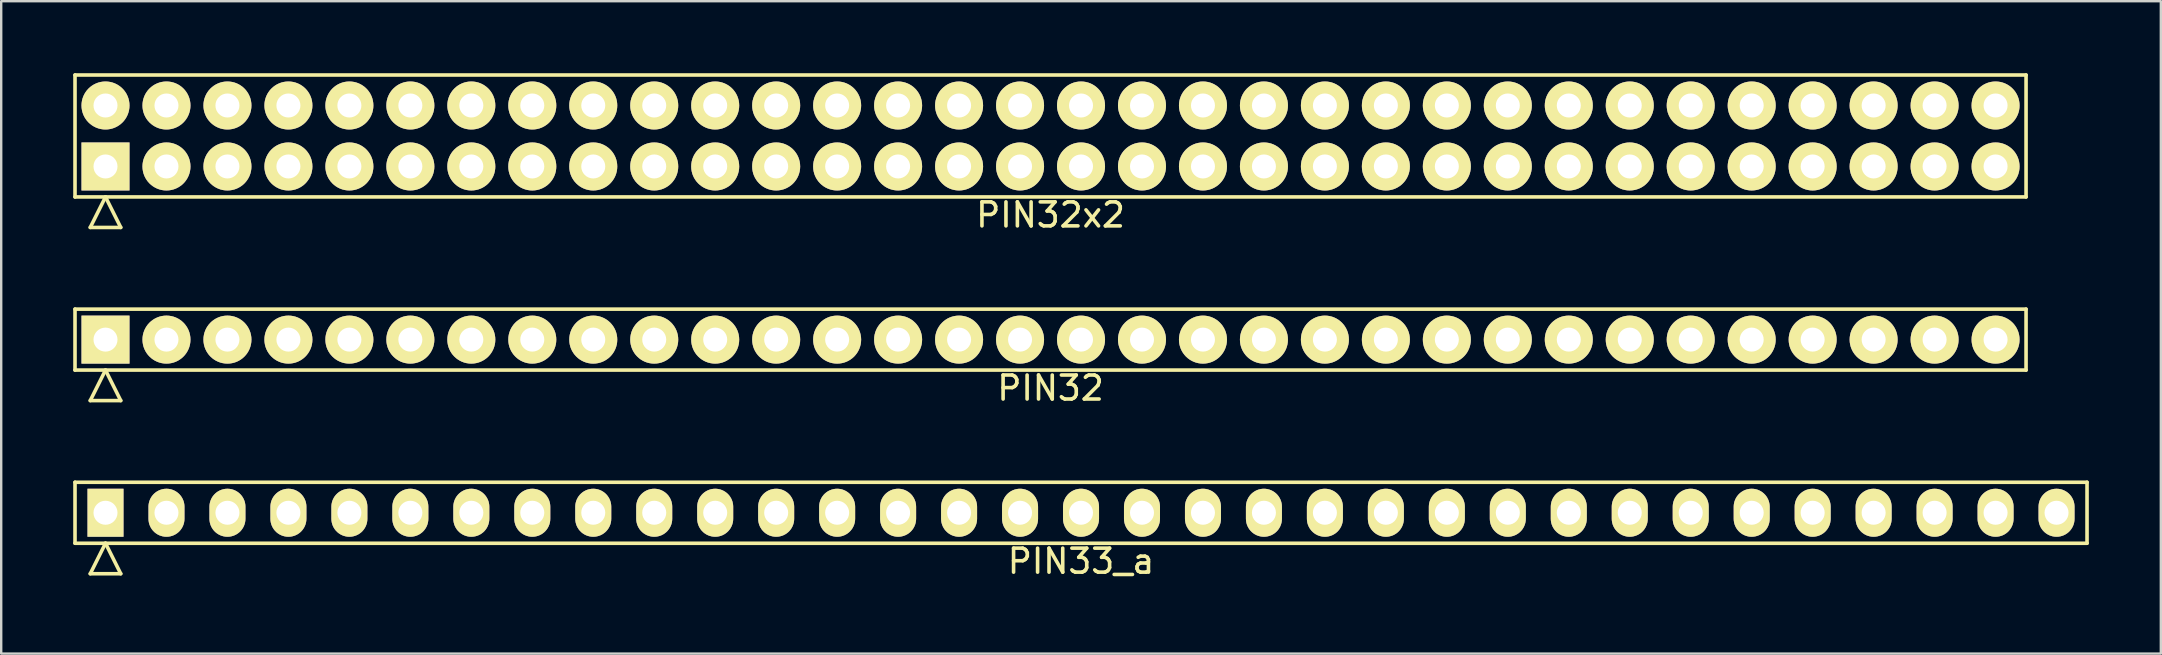
<source format=kicad_pcb>
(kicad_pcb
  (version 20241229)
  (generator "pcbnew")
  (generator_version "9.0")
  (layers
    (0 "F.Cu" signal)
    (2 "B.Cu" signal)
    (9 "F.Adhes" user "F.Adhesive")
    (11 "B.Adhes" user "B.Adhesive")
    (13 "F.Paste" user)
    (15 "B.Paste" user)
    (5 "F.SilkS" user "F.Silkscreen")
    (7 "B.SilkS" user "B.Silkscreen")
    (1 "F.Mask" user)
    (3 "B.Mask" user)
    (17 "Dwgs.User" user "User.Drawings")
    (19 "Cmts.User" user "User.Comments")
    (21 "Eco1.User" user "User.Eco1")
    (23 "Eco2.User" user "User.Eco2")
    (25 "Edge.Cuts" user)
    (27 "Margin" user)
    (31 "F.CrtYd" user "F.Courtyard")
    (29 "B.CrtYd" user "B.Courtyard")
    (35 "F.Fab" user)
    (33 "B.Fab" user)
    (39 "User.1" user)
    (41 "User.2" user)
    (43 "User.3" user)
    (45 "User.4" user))
  (footprint "PIN32"
    (layer "F.Cu")
    (at 40.715 11.098)
    (property "Reference" "PIN32" (at 0 2.02 0) (layer "F.SilkS") (effects (font (size 1 1) (thickness 0.15))))
    (attr through_hole)
    (fp_line (start -40.64 -1.27) (end -40.64 1.27) (stroke (width 0.15) (type solid)) (layer "F.SilkS"))
    (fp_line (start -40.64 1.27) (end 40.64 1.27) (stroke (width 0.15) (type solid)) (layer "F.SilkS"))
    (fp_line (start -40.005 2.54) (end -39.37 1.27) (stroke (width 0.15) (type solid)) (layer "F.SilkS"))
    (fp_line (start -40.005 2.54) (end -38.735 2.54) (stroke (width 0.15) (type solid)) (layer "F.SilkS"))
    (fp_line (start -38.735 2.54) (end -39.37 1.27) (stroke (width 0.15) (type solid)) (layer "F.SilkS"))
    (fp_line (start 40.64 -1.27) (end -40.64 -1.27) (stroke (width 0.15) (type solid)) (layer "F.SilkS"))
    (fp_line (start 40.64 1.27) (end 40.64 -1.27) (stroke (width 0.15) (type solid)) (layer "F.SilkS"))
    (pad "1" thru_hole rect (at -39.37 0) (size 2 2) (drill 1) (layers "*.Cu" "*.Mask" "F.SilkS"))
    (pad "2" thru_hole oval (at -36.83 0) (size 2 2) (drill 1) (layers "*.Cu" "*.Mask" "F.SilkS"))
    (pad "3" thru_hole oval (at -34.29 0) (size 2 2) (drill 1) (layers "*.Cu" "*.Mask" "F.SilkS"))
    (pad "4" thru_hole oval (at -31.75 0) (size 2 2) (drill 1) (layers "*.Cu" "*.Mask" "F.SilkS"))
    (pad "5" thru_hole oval (at -29.21 0) (size 2 2) (drill 1) (layers "*.Cu" "*.Mask" "F.SilkS"))
    (pad "6" thru_hole oval (at -26.67 0) (size 2 2) (drill 1) (layers "*.Cu" "*.Mask" "F.SilkS"))
    (pad "7" thru_hole oval (at -24.13 0) (size 2 2) (drill 1) (layers "*.Cu" "*.Mask" "F.SilkS"))
    (pad "8" thru_hole oval (at -21.59 0) (size 2 2) (drill 1) (layers "*.Cu" "*.Mask" "F.SilkS"))
    (pad "9" thru_hole oval (at -19.05 0) (size 2 2) (drill 1) (layers "*.Cu" "*.Mask" "F.SilkS"))
    (pad "10" thru_hole oval (at -16.51 0) (size 2 2) (drill 1) (layers "*.Cu" "*.Mask" "F.SilkS"))
    (pad "11" thru_hole oval (at -13.97 0) (size 2 2) (drill 1) (layers "*.Cu" "*.Mask" "F.SilkS"))
    (pad "12" thru_hole oval (at -11.43 0) (size 2 2) (drill 1) (layers "*.Cu" "*.Mask" "F.SilkS"))
    (pad "13" thru_hole oval (at -8.89 0) (size 2 2) (drill 1) (layers "*.Cu" "*.Mask" "F.SilkS"))
    (pad "14" thru_hole oval (at -6.35 0) (size 2 2) (drill 1) (layers "*.Cu" "*.Mask" "F.SilkS"))
    (pad "15" thru_hole oval (at -3.81 0) (size 2 2) (drill 1) (layers "*.Cu" "*.Mask" "F.SilkS"))
    (pad "16" thru_hole oval (at -1.27 0) (size 2 2) (drill 1) (layers "*.Cu" "*.Mask" "F.SilkS"))
    (pad "17" thru_hole oval (at 1.27 0) (size 2 2) (drill 1) (layers "*.Cu" "*.Mask" "F.SilkS"))
    (pad "18" thru_hole oval (at 3.81 0) (size 2 2) (drill 1) (layers "*.Cu" "*.Mask" "F.SilkS"))
    (pad "19" thru_hole oval (at 6.35 0) (size 2 2) (drill 1) (layers "*.Cu" "*.Mask" "F.SilkS"))
    (pad "20" thru_hole oval (at 8.89 0) (size 2 2) (drill 1) (layers "*.Cu" "*.Mask" "F.SilkS"))
    (pad "21" thru_hole oval (at 11.43 0) (size 2 2) (drill 1) (layers "*.Cu" "*.Mask" "F.SilkS"))
    (pad "22" thru_hole oval (at 13.97 0) (size 2 2) (drill 1) (layers "*.Cu" "*.Mask" "F.SilkS"))
    (pad "23" thru_hole oval (at 16.51 0) (size 2 2) (drill 1) (layers "*.Cu" "*.Mask" "F.SilkS"))
    (pad "24" thru_hole oval (at 19.05 0) (size 2 2) (drill 1) (layers "*.Cu" "*.Mask" "F.SilkS"))
    (pad "25" thru_hole oval (at 21.59 0) (size 2 2) (drill 1) (layers "*.Cu" "*.Mask" "F.SilkS"))
    (pad "26" thru_hole oval (at 24.13 0) (size 2 2) (drill 1) (layers "*.Cu" "*.Mask" "F.SilkS"))
    (pad "27" thru_hole oval (at 26.67 0) (size 2 2) (drill 1) (layers "*.Cu" "*.Mask" "F.SilkS"))
    (pad "28" thru_hole oval (at 29.21 0) (size 2 2) (drill 1) (layers "*.Cu" "*.Mask" "F.SilkS"))
    (pad "29" thru_hole oval (at 31.75 0) (size 2 2) (drill 1) (layers "*.Cu" "*.Mask" "F.SilkS"))
    (pad "30" thru_hole oval (at 34.29 0) (size 2 2) (drill 1) (layers "*.Cu" "*.Mask" "F.SilkS"))
    (pad "31" thru_hole oval (at 36.83 0) (size 2 2) (drill 1) (layers "*.Cu" "*.Mask" "F.SilkS"))
    (pad "32" thru_hole oval (at 39.37 0) (size 2 2) (drill 1) (layers "*.Cu" "*.Mask" "F.SilkS")))
  (footprint "PIN32x2"
    (layer "F.Cu")
    (at 40.715 2.615)
    (property "Reference" "PIN32x2" (at 0 3.29 0) (layer "F.SilkS") (effects (font (size 1 1) (thickness 0.15))))
    (attr through_hole)
    (fp_line (start -40.64 -2.54) (end -40.64 2.54) (stroke (width 0.15) (type solid)) (layer "F.SilkS"))
    (fp_line (start -40.64 2.54) (end 40.64 2.54) (stroke (width 0.15) (type solid)) (layer "F.SilkS"))
    (fp_line (start -40.005 3.81) (end -39.37 2.54) (stroke (width 0.15) (type solid)) (layer "F.SilkS"))
    (fp_line (start -40.005 3.81) (end -38.735 3.81) (stroke (width 0.15) (type solid)) (layer "F.SilkS"))
    (fp_line (start -38.735 3.81) (end -39.37 2.54) (stroke (width 0.15) (type solid)) (layer "F.SilkS"))
    (fp_line (start 40.64 -2.54) (end -40.64 -2.54) (stroke (width 0.15) (type solid)) (layer "F.SilkS"))
    (fp_line (start 40.64 2.54) (end 40.64 -2.54) (stroke (width 0.15) (type solid)) (layer "F.SilkS"))
    (pad "1" thru_hole rect (at -39.37 1.27) (size 2 2) (drill 1) (layers "*.Cu" "*.Mask" "F.SilkS"))
    (pad "2" thru_hole oval (at -39.37 -1.27) (size 2 2) (drill 1) (layers "*.Cu" "*.Mask" "F.SilkS"))
    (pad "3" thru_hole oval (at -36.83 1.27) (size 2 2) (drill 1) (layers "*.Cu" "*.Mask" "F.SilkS"))
    (pad "4" thru_hole oval (at -36.83 -1.27) (size 2 2) (drill 1) (layers "*.Cu" "*.Mask" "F.SilkS"))
    (pad "5" thru_hole oval (at -34.29 1.27) (size 2 2) (drill 1) (layers "*.Cu" "*.Mask" "F.SilkS"))
    (pad "6" thru_hole oval (at -34.29 -1.27) (size 2 2) (drill 1) (layers "*.Cu" "*.Mask" "F.SilkS"))
    (pad "7" thru_hole oval (at -31.75 1.27) (size 2 2) (drill 1) (layers "*.Cu" "*.Mask" "F.SilkS"))
    (pad "8" thru_hole oval (at -31.75 -1.27) (size 2 2) (drill 1) (layers "*.Cu" "*.Mask" "F.SilkS"))
    (pad "9" thru_hole oval (at -29.21 1.27) (size 2 2) (drill 1) (layers "*.Cu" "*.Mask" "F.SilkS"))
    (pad "10" thru_hole oval (at -29.21 -1.27) (size 2 2) (drill 1) (layers "*.Cu" "*.Mask" "F.SilkS"))
    (pad "11" thru_hole oval (at -26.67 1.27) (size 2 2) (drill 1) (layers "*.Cu" "*.Mask" "F.SilkS"))
    (pad "12" thru_hole oval (at -26.67 -1.27) (size 2 2) (drill 1) (layers "*.Cu" "*.Mask" "F.SilkS"))
    (pad "13" thru_hole oval (at -24.13 1.27) (size 2 2) (drill 1) (layers "*.Cu" "*.Mask" "F.SilkS"))
    (pad "14" thru_hole oval (at -24.13 -1.27) (size 2 2) (drill 1) (layers "*.Cu" "*.Mask" "F.SilkS"))
    (pad "15" thru_hole oval (at -21.59 1.27) (size 2 2) (drill 1) (layers "*.Cu" "*.Mask" "F.SilkS"))
    (pad "16" thru_hole oval (at -21.59 -1.27) (size 2 2) (drill 1) (layers "*.Cu" "*.Mask" "F.SilkS"))
    (pad "17" thru_hole oval (at -19.05 1.27) (size 2 2) (drill 1) (layers "*.Cu" "*.Mask" "F.SilkS"))
    (pad "18" thru_hole oval (at -19.05 -1.27) (size 2 2) (drill 1) (layers "*.Cu" "*.Mask" "F.SilkS"))
    (pad "19" thru_hole oval (at -16.51 1.27) (size 2 2) (drill 1) (layers "*.Cu" "*.Mask" "F.SilkS"))
    (pad "20" thru_hole oval (at -16.51 -1.27) (size 2 2) (drill 1) (layers "*.Cu" "*.Mask" "F.SilkS"))
    (pad "21" thru_hole oval (at -13.97 1.27) (size 2 2) (drill 1) (layers "*.Cu" "*.Mask" "F.SilkS"))
    (pad "22" thru_hole oval (at -13.97 -1.27) (size 2 2) (drill 1) (layers "*.Cu" "*.Mask" "F.SilkS"))
    (pad "23" thru_hole oval (at -11.43 1.27) (size 2 2) (drill 1) (layers "*.Cu" "*.Mask" "F.SilkS"))
    (pad "24" thru_hole oval (at -11.43 -1.27) (size 2 2) (drill 1) (layers "*.Cu" "*.Mask" "F.SilkS"))
    (pad "25" thru_hole oval (at -8.89 1.27) (size 2 2) (drill 1) (layers "*.Cu" "*.Mask" "F.SilkS"))
    (pad "26" thru_hole oval (at -8.89 -1.27) (size 2 2) (drill 1) (layers "*.Cu" "*.Mask" "F.SilkS"))
    (pad "27" thru_hole oval (at -6.35 1.27) (size 2 2) (drill 1) (layers "*.Cu" "*.Mask" "F.SilkS"))
    (pad "28" thru_hole oval (at -6.35 -1.27) (size 2 2) (drill 1) (layers "*.Cu" "*.Mask" "F.SilkS"))
    (pad "29" thru_hole oval (at -3.81 1.27) (size 2 2) (drill 1) (layers "*.Cu" "*.Mask" "F.SilkS"))
    (pad "30" thru_hole oval (at -3.81 -1.27) (size 2 2) (drill 1) (layers "*.Cu" "*.Mask" "F.SilkS"))
    (pad "31" thru_hole oval (at -1.27 1.27) (size 2 2) (drill 1) (layers "*.Cu" "*.Mask" "F.SilkS"))
    (pad "32" thru_hole oval (at -1.27 -1.27) (size 2 2) (drill 1) (layers "*.Cu" "*.Mask" "F.SilkS"))
    (pad "33" thru_hole oval (at 1.27 1.27) (size 2 2) (drill 1) (layers "*.Cu" "*.Mask" "F.SilkS"))
    (pad "34" thru_hole oval (at 1.27 -1.27) (size 2 2) (drill 1) (layers "*.Cu" "*.Mask" "F.SilkS"))
    (pad "35" thru_hole oval (at 3.81 1.27) (size 2 2) (drill 1) (layers "*.Cu" "*.Mask" "F.SilkS"))
    (pad "36" thru_hole oval (at 3.81 -1.27) (size 2 2) (drill 1) (layers "*.Cu" "*.Mask" "F.SilkS"))
    (pad "37" thru_hole oval (at 6.35 1.27) (size 2 2) (drill 1) (layers "*.Cu" "*.Mask" "F.SilkS"))
    (pad "38" thru_hole oval (at 6.35 -1.27) (size 2 2) (drill 1) (layers "*.Cu" "*.Mask" "F.SilkS"))
    (pad "39" thru_hole oval (at 8.89 1.27) (size 2 2) (drill 1) (layers "*.Cu" "*.Mask" "F.SilkS"))
    (pad "40" thru_hole oval (at 8.89 -1.27) (size 2 2) (drill 1) (layers "*.Cu" "*.Mask" "F.SilkS"))
    (pad "41" thru_hole oval (at 11.43 1.27) (size 2 2) (drill 1) (layers "*.Cu" "*.Mask" "F.SilkS"))
    (pad "42" thru_hole oval (at 11.43 -1.27) (size 2 2) (drill 1) (layers "*.Cu" "*.Mask" "F.SilkS"))
    (pad "43" thru_hole oval (at 13.97 1.27) (size 2 2) (drill 1) (layers "*.Cu" "*.Mask" "F.SilkS"))
    (pad "44" thru_hole oval (at 13.97 -1.27) (size 2 2) (drill 1) (layers "*.Cu" "*.Mask" "F.SilkS"))
    (pad "45" thru_hole oval (at 16.51 1.27) (size 2 2) (drill 1) (layers "*.Cu" "*.Mask" "F.SilkS"))
    (pad "46" thru_hole oval (at 16.51 -1.27) (size 2 2) (drill 1) (layers "*.Cu" "*.Mask" "F.SilkS"))
    (pad "47" thru_hole oval (at 19.05 1.27) (size 2 2) (drill 1) (layers "*.Cu" "*.Mask" "F.SilkS"))
    (pad "48" thru_hole oval (at 19.05 -1.27) (size 2 2) (drill 1) (layers "*.Cu" "*.Mask" "F.SilkS"))
    (pad "49" thru_hole oval (at 21.59 1.27) (size 2 2) (drill 1) (layers "*.Cu" "*.Mask" "F.SilkS"))
    (pad "50" thru_hole oval (at 21.59 -1.27) (size 2 2) (drill 1) (layers "*.Cu" "*.Mask" "F.SilkS"))
    (pad "51" thru_hole oval (at 24.13 1.27) (size 2 2) (drill 1) (layers "*.Cu" "*.Mask" "F.SilkS"))
    (pad "52" thru_hole oval (at 24.13 -1.27) (size 2 2) (drill 1) (layers "*.Cu" "*.Mask" "F.SilkS"))
    (pad "53" thru_hole oval (at 26.67 1.27) (size 2 2) (drill 1) (layers "*.Cu" "*.Mask" "F.SilkS"))
    (pad "54" thru_hole oval (at 26.67 -1.27) (size 2 2) (drill 1) (layers "*.Cu" "*.Mask" "F.SilkS"))
    (pad "55" thru_hole oval (at 29.21 1.27) (size 2 2) (drill 1) (layers "*.Cu" "*.Mask" "F.SilkS"))
    (pad "56" thru_hole oval (at 29.21 -1.27) (size 2 2) (drill 1) (layers "*.Cu" "*.Mask" "F.SilkS"))
    (pad "57" thru_hole oval (at 31.75 1.27) (size 2 2) (drill 1) (layers "*.Cu" "*.Mask" "F.SilkS"))
    (pad "58" thru_hole oval (at 31.75 -1.27) (size 2 2) (drill 1) (layers "*.Cu" "*.Mask" "F.SilkS"))
    (pad "59" thru_hole oval (at 34.29 1.27) (size 2 2) (drill 1) (layers "*.Cu" "*.Mask" "F.SilkS"))
    (pad "60" thru_hole oval (at 34.29 -1.27) (size 2 2) (drill 1) (layers "*.Cu" "*.Mask" "F.SilkS"))
    (pad "61" thru_hole oval (at 36.83 1.27) (size 2 2) (drill 1) (layers "*.Cu" "*.Mask" "F.SilkS"))
    (pad "62" thru_hole oval (at 36.83 -1.27) (size 2 2) (drill 1) (layers "*.Cu" "*.Mask" "F.SilkS"))
    (pad "63" thru_hole oval (at 39.37 1.27) (size 2 2) (drill 1) (layers "*.Cu" "*.Mask" "F.SilkS"))
    (pad "64" thru_hole oval (at 39.37 -1.27) (size 2 2) (drill 1) (layers "*.Cu" "*.Mask" "F.SilkS")))
  (footprint "PIN33_a"
    (layer "F.Cu")
    (at 41.985 18.311)
    (property "Reference" "PIN33_a" (at 0 2.02 0) (layer "F.SilkS") (effects (font (size 1 1) (thickness 0.15))))
    (attr through_hole)
    (fp_line (start -41.91 -1.27) (end -41.91 1.27) (stroke (width 0.15) (type solid)) (layer "F.SilkS"))
    (fp_line (start -41.91 1.27) (end 41.91 1.27) (stroke (width 0.15) (type solid)) (layer "F.SilkS"))
    (fp_line (start -41.275 2.54) (end -40.64 1.27) (stroke (width 0.15) (type solid)) (layer "F.SilkS"))
    (fp_line (start -41.275 2.54) (end -40.005 2.54) (stroke (width 0.15) (type solid)) (layer "F.SilkS"))
    (fp_line (start -40.005 2.54) (end -40.64 1.27) (stroke (width 0.15) (type solid)) (layer "F.SilkS"))
    (fp_line (start 41.91 -1.27) (end -41.91 -1.27) (stroke (width 0.15) (type solid)) (layer "F.SilkS"))
    (fp_line (start 41.91 1.27) (end 41.91 -1.27) (stroke (width 0.15) (type solid)) (layer "F.SilkS"))
    (pad "1" thru_hole rect (at -40.64 0) (size 1.5 2) (drill 1) (layers "*.Cu" "*.Mask" "F.SilkS"))
    (pad "2" thru_hole oval (at -38.1 0) (size 1.5 2) (drill 1) (layers "*.Cu" "*.Mask" "F.SilkS"))
    (pad "3" thru_hole oval (at -35.56 0) (size 1.5 2) (drill 1) (layers "*.Cu" "*.Mask" "F.SilkS"))
    (pad "4" thru_hole oval (at -33.02 0) (size 1.5 2) (drill 1) (layers "*.Cu" "*.Mask" "F.SilkS"))
    (pad "5" thru_hole oval (at -30.48 0) (size 1.5 2) (drill 1) (layers "*.Cu" "*.Mask" "F.SilkS"))
    (pad "6" thru_hole oval (at -27.94 0) (size 1.5 2) (drill 1) (layers "*.Cu" "*.Mask" "F.SilkS"))
    (pad "7" thru_hole oval (at -25.4 0) (size 1.5 2) (drill 1) (layers "*.Cu" "*.Mask" "F.SilkS"))
    (pad "8" thru_hole oval (at -22.86 0) (size 1.5 2) (drill 1) (layers "*.Cu" "*.Mask" "F.SilkS"))
    (pad "9" thru_hole oval (at -20.32 0) (size 1.5 2) (drill 1) (layers "*.Cu" "*.Mask" "F.SilkS"))
    (pad "10" thru_hole oval (at -17.78 0) (size 1.5 2) (drill 1) (layers "*.Cu" "*.Mask" "F.SilkS"))
    (pad "11" thru_hole oval (at -15.24 0) (size 1.5 2) (drill 1) (layers "*.Cu" "*.Mask" "F.SilkS"))
    (pad "12" thru_hole oval (at -12.7 0) (size 1.5 2) (drill 1) (layers "*.Cu" "*.Mask" "F.SilkS"))
    (pad "13" thru_hole oval (at -10.16 0) (size 1.5 2) (drill 1) (layers "*.Cu" "*.Mask" "F.SilkS"))
    (pad "14" thru_hole oval (at -7.62 0) (size 1.5 2) (drill 1) (layers "*.Cu" "*.Mask" "F.SilkS"))
    (pad "15" thru_hole oval (at -5.08 0) (size 1.5 2) (drill 1) (layers "*.Cu" "*.Mask" "F.SilkS"))
    (pad "16" thru_hole oval (at -2.54 0) (size 1.5 2) (drill 1) (layers "*.Cu" "*.Mask" "F.SilkS"))
    (pad "17" thru_hole oval (at 0 0) (size 1.5 2) (drill 1) (layers "*.Cu" "*.Mask" "F.SilkS"))
    (pad "18" thru_hole oval (at 2.54 0) (size 1.5 2) (drill 1) (layers "*.Cu" "*.Mask" "F.SilkS"))
    (pad "19" thru_hole oval (at 5.08 0) (size 1.5 2) (drill 1) (layers "*.Cu" "*.Mask" "F.SilkS"))
    (pad "20" thru_hole oval (at 7.62 0) (size 1.5 2) (drill 1) (layers "*.Cu" "*.Mask" "F.SilkS"))
    (pad "21" thru_hole oval (at 10.16 0) (size 1.5 2) (drill 1) (layers "*.Cu" "*.Mask" "F.SilkS"))
    (pad "22" thru_hole oval (at 12.7 0) (size 1.5 2) (drill 1) (layers "*.Cu" "*.Mask" "F.SilkS"))
    (pad "23" thru_hole oval (at 15.24 0) (size 1.5 2) (drill 1) (layers "*.Cu" "*.Mask" "F.SilkS"))
    (pad "24" thru_hole oval (at 17.78 0) (size 1.5 2) (drill 1) (layers "*.Cu" "*.Mask" "F.SilkS"))
    (pad "25" thru_hole oval (at 20.32 0) (size 1.5 2) (drill 1) (layers "*.Cu" "*.Mask" "F.SilkS"))
    (pad "26" thru_hole oval (at 22.86 0) (size 1.5 2) (drill 1) (layers "*.Cu" "*.Mask" "F.SilkS"))
    (pad "27" thru_hole oval (at 25.4 0) (size 1.5 2) (drill 1) (layers "*.Cu" "*.Mask" "F.SilkS"))
    (pad "28" thru_hole oval (at 27.94 0) (size 1.5 2) (drill 1) (layers "*.Cu" "*.Mask" "F.SilkS"))
    (pad "29" thru_hole oval (at 30.48 0) (size 1.5 2) (drill 1) (layers "*.Cu" "*.Mask" "F.SilkS"))
    (pad "30" thru_hole oval (at 33.02 0) (size 1.5 2) (drill 1) (layers "*.Cu" "*.Mask" "F.SilkS"))
    (pad "31" thru_hole oval (at 35.56 0) (size 1.5 2) (drill 1) (layers "*.Cu" "*.Mask" "F.SilkS"))
    (pad "32" thru_hole oval (at 38.1 0) (size 1.5 2) (drill 1) (layers "*.Cu" "*.Mask" "F.SilkS"))
    (pad "33" thru_hole oval (at 40.64 0) (size 1.5 2) (drill 1) (layers "*.Cu" "*.Mask" "F.SilkS")))
  (gr_rect
    (start -3 -3)
    (end 86.97 24.18)
    (stroke (width 0.1) (type default))
    (fill no)
    (layer "Edge.Cuts")))
</source>
